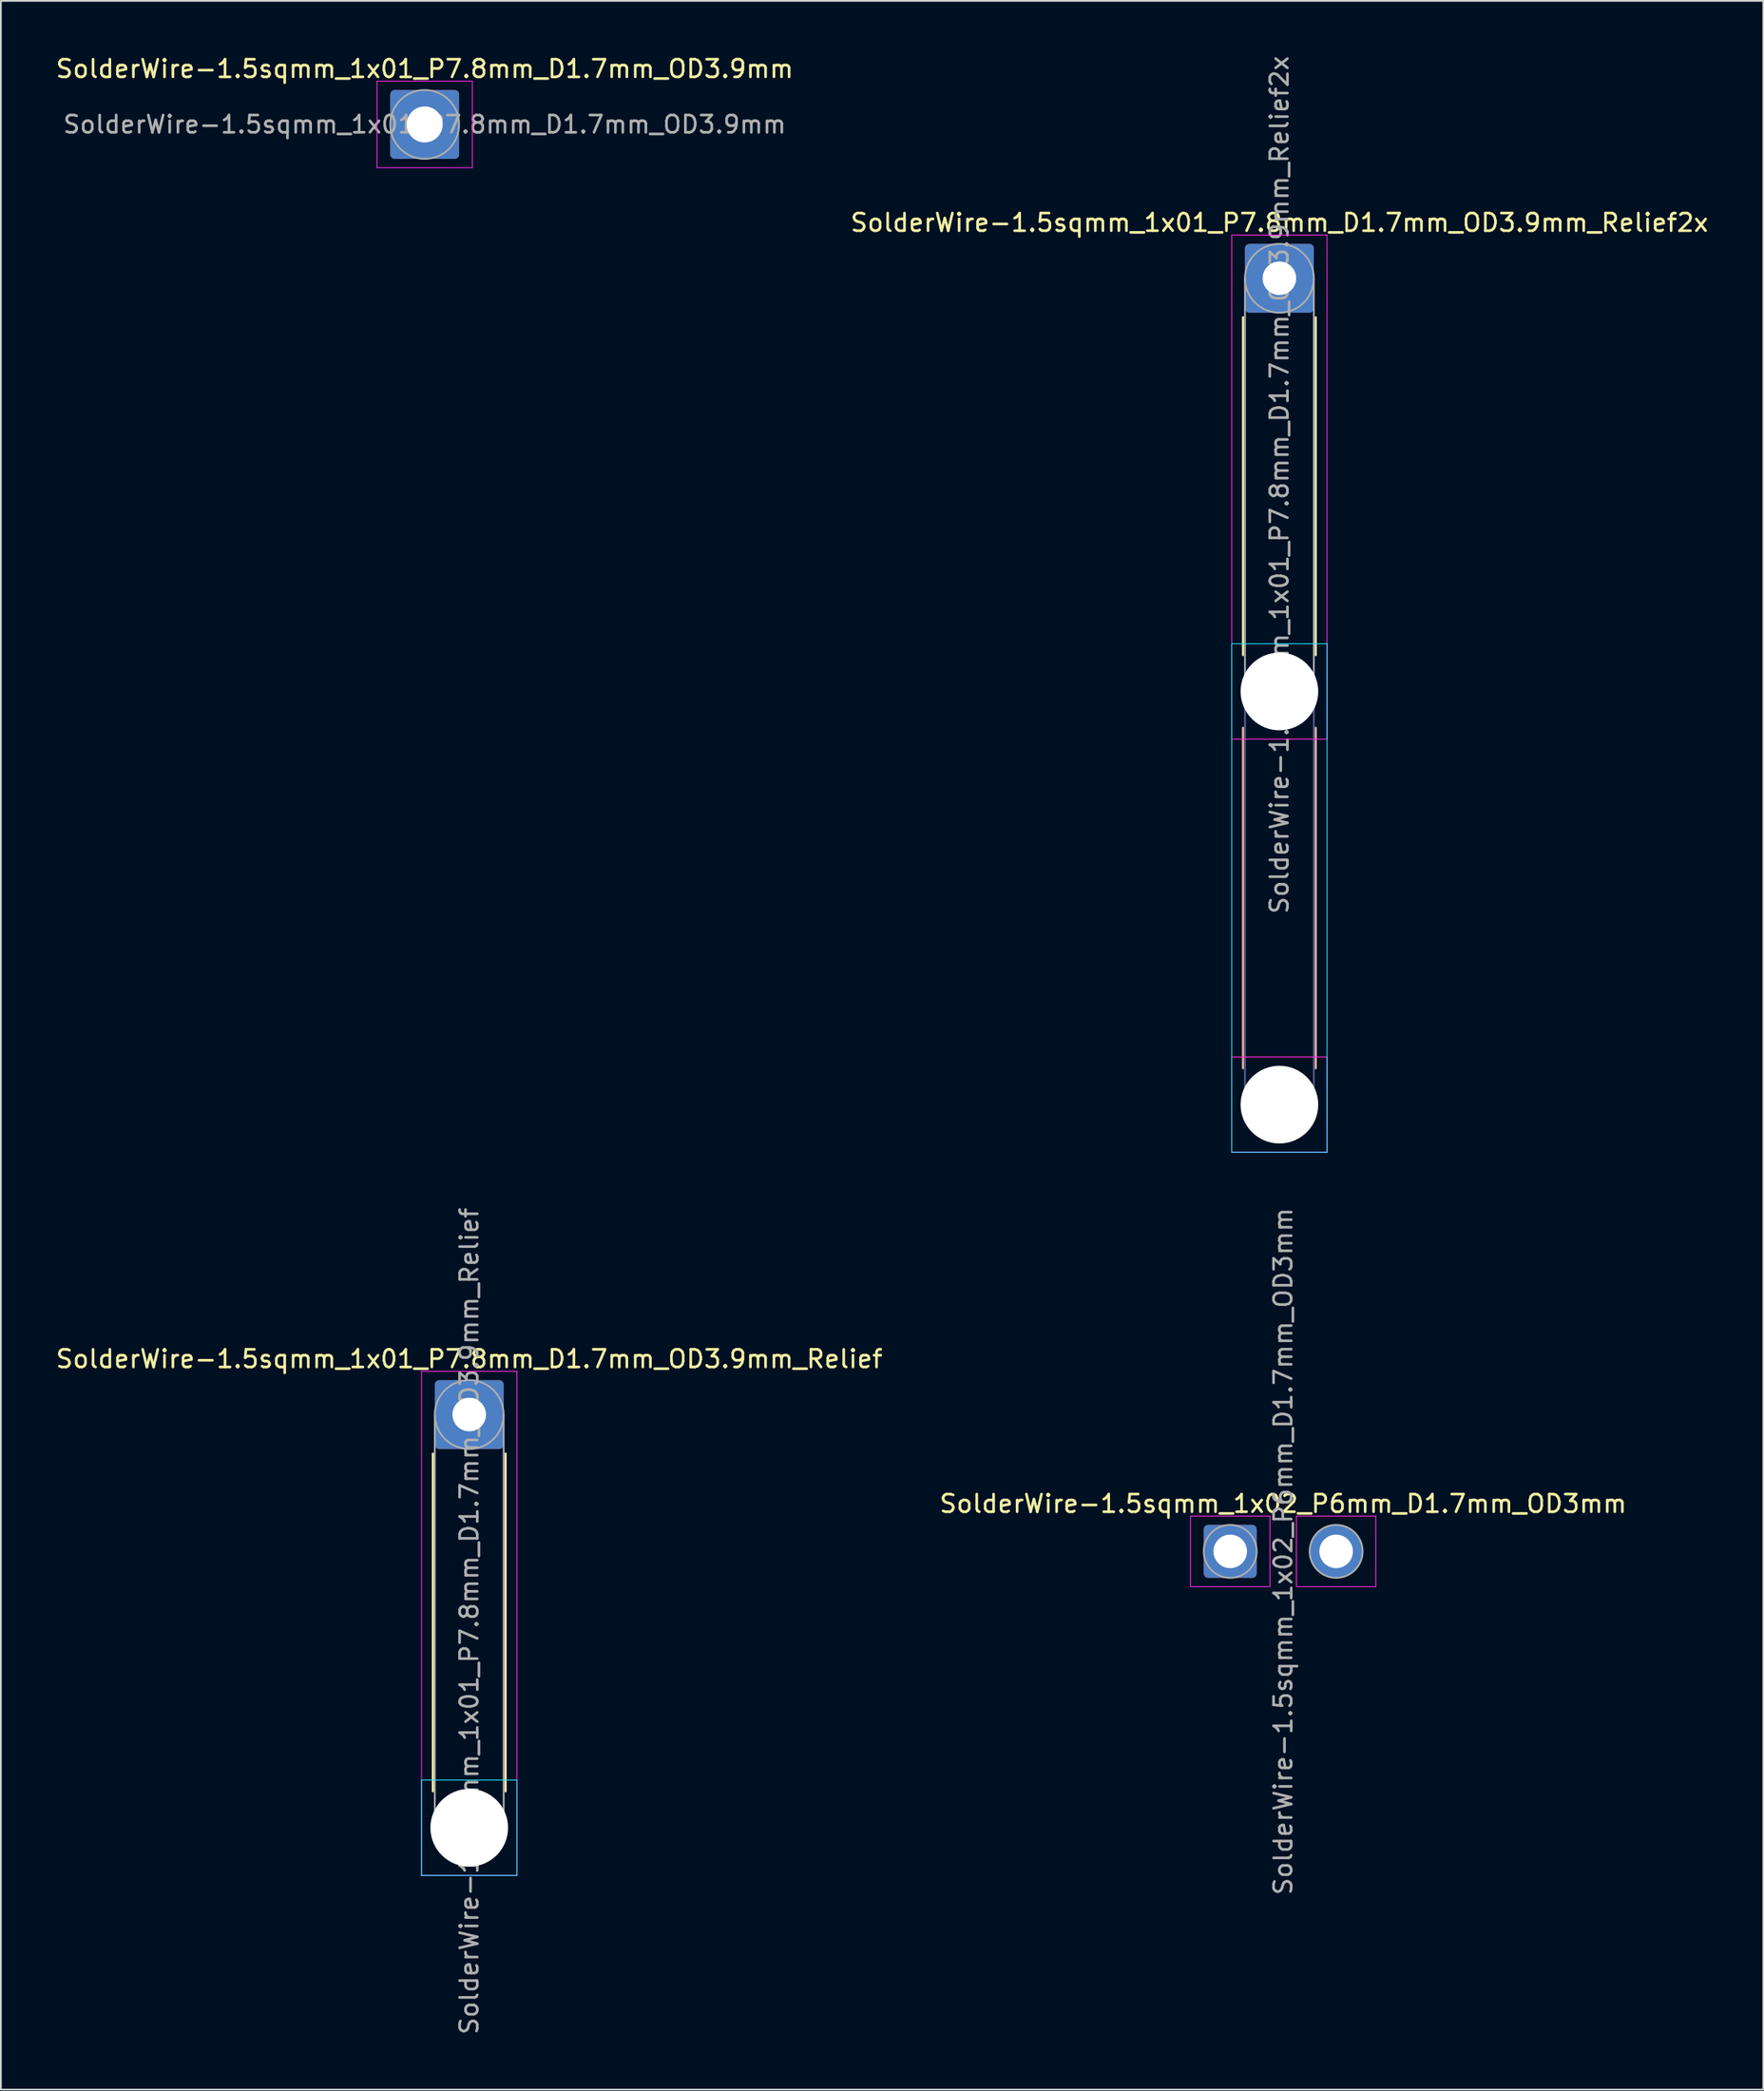
<source format=kicad_pcb>
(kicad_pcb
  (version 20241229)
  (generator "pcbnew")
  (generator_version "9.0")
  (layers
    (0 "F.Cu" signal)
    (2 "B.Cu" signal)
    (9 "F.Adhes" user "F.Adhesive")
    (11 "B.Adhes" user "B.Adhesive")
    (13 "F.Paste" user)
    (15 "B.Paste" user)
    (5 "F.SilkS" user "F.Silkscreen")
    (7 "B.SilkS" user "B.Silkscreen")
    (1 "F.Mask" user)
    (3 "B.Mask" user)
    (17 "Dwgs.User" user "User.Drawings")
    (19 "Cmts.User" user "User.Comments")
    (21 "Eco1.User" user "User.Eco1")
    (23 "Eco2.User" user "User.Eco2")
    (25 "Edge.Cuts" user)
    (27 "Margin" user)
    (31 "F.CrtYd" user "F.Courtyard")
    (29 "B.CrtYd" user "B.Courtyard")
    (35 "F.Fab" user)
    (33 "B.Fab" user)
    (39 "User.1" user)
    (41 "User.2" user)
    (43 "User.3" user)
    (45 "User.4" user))
  (footprint "SolderWire-1.5sqmm_1x01_P7.8mm_D1.7mm_OD3.9mm_Relief2x"
    (layer "F.Cu")
    (at 69.423 12.711)
    (property "Reference" "SolderWire-1.5sqmm_1x01_P7.8mm_D1.7mm_OD3.9mm_Relief2x" (at 0 -3.15 0) (layer "F.SilkS") (effects (font (size 1 1) (thickness 0.15))))
    (attr exclude_from_pos_files exclude_from_bom)
    (fp_line (start -2.06 2.21) (end -2.06 21.34) (stroke (width 0.12) (type solid)) (layer "F.SilkS"))
    (fp_line (start 2.06 2.21) (end 2.06 21.34) (stroke (width 0.12) (type solid)) (layer "F.SilkS"))
    (fp_line (start -2.06 25.46) (end -2.06 44.74) (stroke (width 0.12) (type solid)) (layer "B.SilkS"))
    (fp_line (start 2.06 25.46) (end 2.06 44.74) (stroke (width 0.12) (type solid)) (layer "B.SilkS"))
    (fp_line (start -2.7 20.7) (end -2.7 49.5) (stroke (width 0.05) (type solid)) (layer "B.CrtYd"))
    (fp_line (start -2.7 49.5) (end 2.7 49.5) (stroke (width 0.05) (type solid)) (layer "B.CrtYd"))
    (fp_line (start 2.7 20.7) (end -2.7 20.7) (stroke (width 0.05) (type solid)) (layer "B.CrtYd"))
    (fp_line (start 2.7 49.5) (end 2.7 20.7) (stroke (width 0.05) (type solid)) (layer "B.CrtYd"))
    (fp_line (start -2.7 -2.45) (end -2.7 26.1) (stroke (width 0.05) (type solid)) (layer "F.CrtYd"))
    (fp_line (start -2.7 26.1) (end 2.7 26.1) (stroke (width 0.05) (type solid)) (layer "F.CrtYd"))
    (fp_line (start -2.7 44.1) (end -2.7 49.5) (stroke (width 0.05) (type solid)) (layer "F.CrtYd"))
    (fp_line (start -2.7 49.5) (end 2.7 49.5) (stroke (width 0.05) (type solid)) (layer "F.CrtYd"))
    (fp_line (start 2.7 -2.45) (end -2.7 -2.45) (stroke (width 0.05) (type solid)) (layer "F.CrtYd"))
    (fp_line (start 2.7 26.1) (end 2.7 -2.45) (stroke (width 0.05) (type solid)) (layer "F.CrtYd"))
    (fp_line (start 2.7 44.1) (end -2.7 44.1) (stroke (width 0.05) (type solid)) (layer "F.CrtYd"))
    (fp_line (start 2.7 49.5) (end 2.7 44.1) (stroke (width 0.05) (type solid)) (layer "F.CrtYd"))
    (fp_line (start -1.95 23.4) (end -1.95 46.8) (stroke (width 0.1) (type solid)) (layer "B.Fab"))
    (fp_line (start 1.95 23.4) (end 1.95 46.8) (stroke (width 0.1) (type solid)) (layer "B.Fab"))
    (fp_circle (center 0 23.4) (end 1.95 23.4) (stroke (width 0.1) (type solid)) (fill no) (layer "B.Fab"))
    (fp_circle (center 0 46.8) (end 1.95 46.8) (stroke (width 0.1) (type solid)) (fill no) (layer "B.Fab"))
    (fp_line (start -1.95 0) (end -1.95 23.4) (stroke (width 0.1) (type solid)) (layer "F.Fab"))
    (fp_line (start 1.95 0) (end 1.95 23.4) (stroke (width 0.1) (type solid)) (layer "F.Fab"))
    (fp_circle (center 0 0) (end 1.95 0) (stroke (width 0.1) (type solid)) (fill no) (layer "F.Fab"))
    (fp_circle (center 0 23.4) (end 1.95 23.4) (stroke (width 0.1) (type solid)) (fill no) (layer "F.Fab"))
    (fp_circle (center 0 46.8) (end 1.95 46.8) (stroke (width 0.1) (type solid)) (fill no) (layer "F.Fab"))
    (fp_text user "${REFERENCE}" (at 0 11.7 90) (layer "F.Fab") (effects (font (size 1 1) (thickness 0.15))))
    (pad "" np_thru_hole circle (at 0 23.4) (size 4.4 4.4) (drill 4.4) (layers "*.Cu" "*.Mask"))
    (pad "" np_thru_hole circle (at 0 46.8) (size 4.4 4.4) (drill 4.4) (layers "*.Cu" "*.Mask"))
    (pad "1" thru_hole roundrect (at 0 0) (size 3.9 3.9) (drill 1.9) (layers "*.Cu" "*.Mask") (roundrect_rratio 0.064)))
  (footprint "SolderWire-1.5sqmm_1x01_P7.8mm_D1.7mm_OD3.9mm_Relief"
    (layer "F.Cu")
    (at 23.53 77.065)
    (property "Reference" "SolderWire-1.5sqmm_1x01_P7.8mm_D1.7mm_OD3.9mm_Relief" (at 0 -3.15 0) (layer "F.SilkS") (effects (font (size 1 1) (thickness 0.15))))
    (attr exclude_from_pos_files exclude_from_bom)
    (fp_line (start -2.06 2.21) (end -2.06 21.34) (stroke (width 0.12) (type solid)) (layer "F.SilkS"))
    (fp_line (start 2.06 2.21) (end 2.06 21.34) (stroke (width 0.12) (type solid)) (layer "F.SilkS"))
    (fp_line (start -2.7 20.7) (end -2.7 26.1) (stroke (width 0.05) (type solid)) (layer "B.CrtYd"))
    (fp_line (start -2.7 26.1) (end 2.7 26.1) (stroke (width 0.05) (type solid)) (layer "B.CrtYd"))
    (fp_line (start 2.7 20.7) (end -2.7 20.7) (stroke (width 0.05) (type solid)) (layer "B.CrtYd"))
    (fp_line (start 2.7 26.1) (end 2.7 20.7) (stroke (width 0.05) (type solid)) (layer "B.CrtYd"))
    (fp_line (start -2.7 -2.45) (end -2.7 26.1) (stroke (width 0.05) (type solid)) (layer "F.CrtYd"))
    (fp_line (start -2.7 26.1) (end 2.7 26.1) (stroke (width 0.05) (type solid)) (layer "F.CrtYd"))
    (fp_line (start 2.7 -2.45) (end -2.7 -2.45) (stroke (width 0.05) (type solid)) (layer "F.CrtYd"))
    (fp_line (start 2.7 26.1) (end 2.7 -2.45) (stroke (width 0.05) (type solid)) (layer "F.CrtYd"))
    (fp_line (start -1.95 0) (end -1.95 23.4) (stroke (width 0.1) (type solid)) (layer "F.Fab"))
    (fp_line (start 1.95 0) (end 1.95 23.4) (stroke (width 0.1) (type solid)) (layer "F.Fab"))
    (fp_circle (center 0 0) (end 1.95 0) (stroke (width 0.1) (type solid)) (fill no) (layer "F.Fab"))
    (fp_circle (center 0 23.4) (end 1.95 23.4) (stroke (width 0.1) (type solid)) (fill no) (layer "F.Fab"))
    (fp_text user "${REFERENCE}" (at 0 11.7 90) (layer "F.Fab") (effects (font (size 1 1) (thickness 0.15))))
    (pad "" np_thru_hole circle (at 0 23.4) (size 4.4 4.4) (drill 4.4) (layers "*.Cu" "*.Mask"))
    (pad "1" thru_hole roundrect (at 0 0) (size 3.9 3.9) (drill 1.9) (layers "*.Cu" "*.Mask") (roundrect_rratio 0.064)))
  (footprint "SolderWire-1.5sqmm_1x02_P6mm_D1.7mm_OD3mm"
    (layer "F.Cu")
    (at 66.637 84.813)
    (property "Reference" "SolderWire-1.5sqmm_1x02_P6mm_D1.7mm_OD3mm" (at 3 -2.7 0) (layer "F.SilkS") (effects (font (size 1 1) (thickness 0.15))))
    (attr exclude_from_pos_files exclude_from_bom)
    (fp_line (start -2.25 -2) (end -2.25 2) (stroke (width 0.05) (type solid)) (layer "F.CrtYd"))
    (fp_line (start -2.25 2) (end 2.25 2) (stroke (width 0.05) (type solid)) (layer "F.CrtYd"))
    (fp_line (start 2.25 -2) (end -2.25 -2) (stroke (width 0.05) (type solid)) (layer "F.CrtYd"))
    (fp_line (start 2.25 2) (end 2.25 -2) (stroke (width 0.05) (type solid)) (layer "F.CrtYd"))
    (fp_line (start 3.75 -2) (end 3.75 2) (stroke (width 0.05) (type solid)) (layer "F.CrtYd"))
    (fp_line (start 3.75 2) (end 8.25 2) (stroke (width 0.05) (type solid)) (layer "F.CrtYd"))
    (fp_line (start 8.25 -2) (end 3.75 -2) (stroke (width 0.05) (type solid)) (layer "F.CrtYd"))
    (fp_line (start 8.25 2) (end 8.25 -2) (stroke (width 0.05) (type solid)) (layer "F.CrtYd"))
    (fp_circle (center 0 0) (end 1.5 0) (stroke (width 0.1) (type solid)) (fill no) (layer "F.Fab"))
    (fp_circle (center 6 0) (end 7.5 0) (stroke (width 0.1) (type solid)) (fill no) (layer "F.Fab"))
    (fp_text user "${REFERENCE}" (at 3 0 90) (layer "F.Fab") (effects (font (size 1 1) (thickness 0.15))))
    (pad "1" thru_hole roundrect (at 0 0) (size 3 3) (drill 1.9) (layers "*.Cu" "*.Mask") (roundrect_rratio 0.083))
    (pad "2" thru_hole circle (at 6 0) (size 3 3) (drill 1.9) (layers "*.Cu" "*.Mask")))
  (footprint "SolderWire-1.5sqmm_1x01_P7.8mm_D1.7mm_OD3.9mm"
    (layer "F.Cu")
    (at 21.006 3.998)
    (property "Reference" "SolderWire-1.5sqmm_1x01_P7.8mm_D1.7mm_OD3.9mm" (at 0 -3.15 0) (layer "F.SilkS") (effects (font (size 1 1) (thickness 0.15))))
    (attr exclude_from_pos_files exclude_from_bom)
    (fp_line (start -2.7 -2.45) (end -2.7 2.45) (stroke (width 0.05) (type solid)) (layer "F.CrtYd"))
    (fp_line (start -2.7 2.45) (end 2.7 2.45) (stroke (width 0.05) (type solid)) (layer "F.CrtYd"))
    (fp_line (start 2.7 -2.45) (end -2.7 -2.45) (stroke (width 0.05) (type solid)) (layer "F.CrtYd"))
    (fp_line (start 2.7 2.45) (end 2.7 -2.45) (stroke (width 0.05) (type solid)) (layer "F.CrtYd"))
    (fp_circle (center 0 0) (end 1.95 0) (stroke (width 0.1) (type solid)) (fill no) (layer "F.Fab"))
    (fp_text user "${REFERENCE}" (at 0 0 0) (layer "F.Fab") (effects (font (size 0.98 0.98) (thickness 0.15))))
    (pad "1" thru_hole roundrect (at 0 0) (size 3.9 3.9) (drill 2.04) (layers "*.Cu" "*.Mask") (roundrect_rratio 0.064)))
  (gr_rect
    (start -3 -3)
    (end 96.833 115.295)
    (stroke (width 0.1) (type default))
    (fill no)
    (layer "Edge.Cuts")))
</source>
